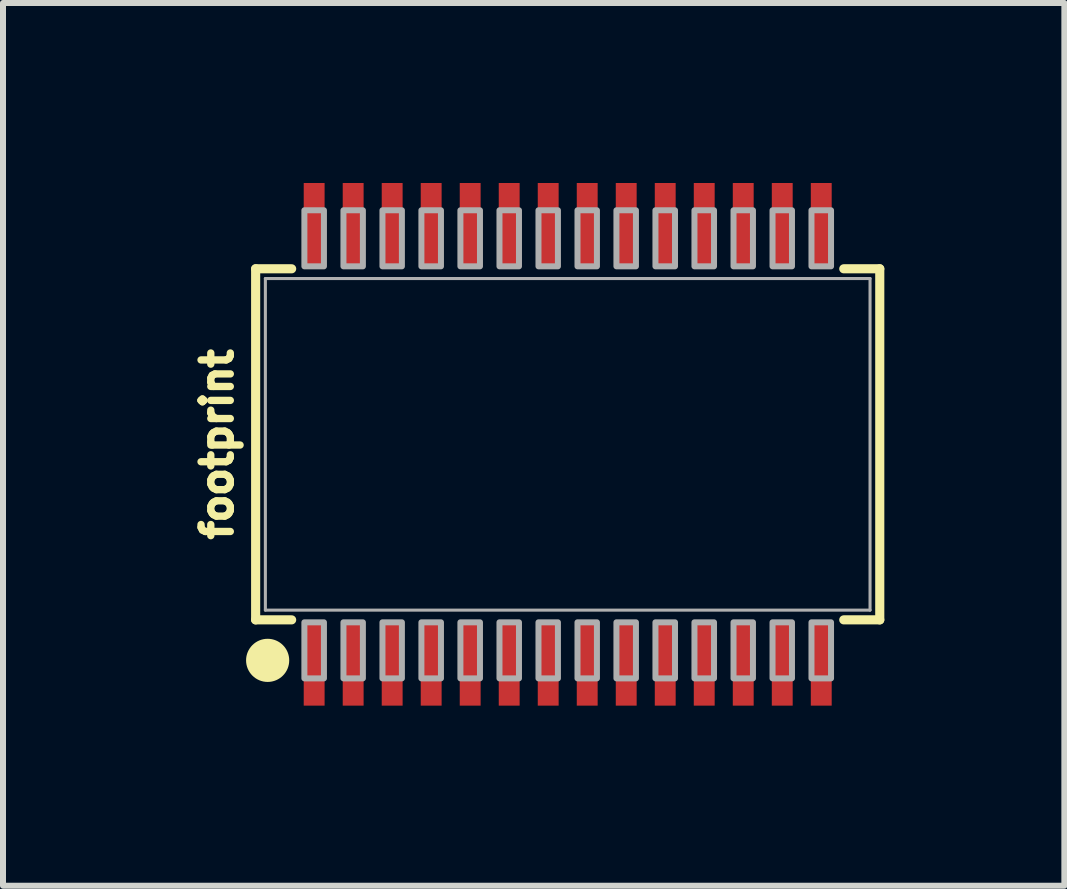
<source format=kicad_pcb>
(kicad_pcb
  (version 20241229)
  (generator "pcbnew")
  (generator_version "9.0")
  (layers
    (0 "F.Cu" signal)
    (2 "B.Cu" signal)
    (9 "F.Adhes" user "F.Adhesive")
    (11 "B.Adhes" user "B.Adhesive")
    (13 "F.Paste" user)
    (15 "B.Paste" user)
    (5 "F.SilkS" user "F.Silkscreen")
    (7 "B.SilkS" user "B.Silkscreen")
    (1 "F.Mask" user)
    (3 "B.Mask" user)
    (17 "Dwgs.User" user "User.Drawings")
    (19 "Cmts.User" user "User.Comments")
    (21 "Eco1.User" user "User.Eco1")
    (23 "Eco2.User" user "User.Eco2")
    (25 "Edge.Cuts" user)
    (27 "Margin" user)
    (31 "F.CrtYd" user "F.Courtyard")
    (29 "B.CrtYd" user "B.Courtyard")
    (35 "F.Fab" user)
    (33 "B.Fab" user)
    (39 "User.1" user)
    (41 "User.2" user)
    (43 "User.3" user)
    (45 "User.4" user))
  (footprint "footprint"
    (layer "F.Cu")
    (at 6.41 4.354)
    (property "Reference" "footprint" (at -5.556 0 90) (layer "F.SilkS") (effects (font (size 0.488 0.488) (thickness 0.122)) (justify bottom)))
    (fp_line (start -5.2 -2.925) (end -4.6 -2.925) (stroke (width 0.152) (type solid)) (layer "F.SilkS"))
    (fp_line (start -5.2 2.925) (end -5.2 -2.925) (stroke (width 0.152) (type solid)) (layer "F.SilkS"))
    (fp_line (start -5.2 2.925) (end -4.6 2.925) (stroke (width 0.152) (type solid)) (layer "F.SilkS"))
    (fp_line (start 5.2 -2.925) (end 4.6 -2.925) (stroke (width 0.152) (type solid)) (layer "F.SilkS"))
    (fp_line (start 5.2 -2.925) (end 5.2 2.925) (stroke (width 0.152) (type solid)) (layer "F.SilkS"))
    (fp_line (start 5.2 2.925) (end 4.6 2.925) (stroke (width 0.152) (type solid)) (layer "F.SilkS"))
    (fp_circle (center -5 3.6) (end -4.82 3.6) (stroke (width 0.359) (type solid)) (fill yes) (layer "F.SilkS"))
    (fp_line (start -5.038 -2.763) (end 5.038 -2.763) (stroke (width 0.051) (type solid)) (layer "F.Fab"))
    (fp_line (start -5.038 2.763) (end -5.038 -2.763) (stroke (width 0.051) (type solid)) (layer "F.Fab"))
    (fp_line (start 5.038 -2.763) (end 5.038 2.763) (stroke (width 0.051) (type solid)) (layer "F.Fab"))
    (fp_line (start 5.038 2.763) (end -5.038 2.763) (stroke (width 0.051) (type solid)) (layer "F.Fab"))
    (fp_poly (pts (xy -4.388 -2.966) (xy -4.062 -2.966) (xy -4.062 -3.9) (xy -4.388 -3.9)) (stroke (width 0.1) (type solid)) (fill no) (layer "F.Fab"))
    (fp_poly (pts (xy -4.388 3.9) (xy -4.062 3.9) (xy -4.062 2.966) (xy -4.388 2.966)) (stroke (width 0.1) (type solid)) (fill no) (layer "F.Fab"))
    (fp_poly (pts (xy -3.737 -2.966) (xy -3.413 -2.966) (xy -3.413 -3.9) (xy -3.737 -3.9)) (stroke (width 0.1) (type solid)) (fill no) (layer "F.Fab"))
    (fp_poly (pts (xy -3.737 3.9) (xy -3.413 3.9) (xy -3.413 2.966) (xy -3.737 2.966)) (stroke (width 0.1) (type solid)) (fill no) (layer "F.Fab"))
    (fp_poly (pts (xy -3.087 -2.966) (xy -2.763 -2.966) (xy -2.763 -3.9) (xy -3.087 -3.9)) (stroke (width 0.1) (type solid)) (fill no) (layer "F.Fab"))
    (fp_poly (pts (xy -3.087 3.9) (xy -2.763 3.9) (xy -2.763 2.966) (xy -3.087 2.966)) (stroke (width 0.1) (type solid)) (fill no) (layer "F.Fab"))
    (fp_poly (pts (xy -2.438 -2.966) (xy -2.112 -2.966) (xy -2.112 -3.9) (xy -2.438 -3.9)) (stroke (width 0.1) (type solid)) (fill no) (layer "F.Fab"))
    (fp_poly (pts (xy -2.438 3.9) (xy -2.112 3.9) (xy -2.112 2.966) (xy -2.438 2.966)) (stroke (width 0.1) (type solid)) (fill no) (layer "F.Fab"))
    (fp_poly (pts (xy -1.788 -2.966) (xy -1.462 -2.966) (xy -1.462 -3.9) (xy -1.788 -3.9)) (stroke (width 0.1) (type solid)) (fill no) (layer "F.Fab"))
    (fp_poly (pts (xy -1.788 3.9) (xy -1.462 3.9) (xy -1.462 2.966) (xy -1.788 2.966)) (stroke (width 0.1) (type solid)) (fill no) (layer "F.Fab"))
    (fp_poly (pts (xy -1.137 -2.966) (xy -0.812 -2.966) (xy -0.812 -3.9) (xy -1.137 -3.9)) (stroke (width 0.1) (type solid)) (fill no) (layer "F.Fab"))
    (fp_poly (pts (xy -1.137 3.9) (xy -0.812 3.9) (xy -0.812 2.966) (xy -1.137 2.966)) (stroke (width 0.1) (type solid)) (fill no) (layer "F.Fab"))
    (fp_poly (pts (xy -0.487 -2.966) (xy -0.163 -2.966) (xy -0.163 -3.9) (xy -0.487 -3.9)) (stroke (width 0.1) (type solid)) (fill no) (layer "F.Fab"))
    (fp_poly (pts (xy -0.487 3.9) (xy -0.163 3.9) (xy -0.163 2.966) (xy -0.487 2.966)) (stroke (width 0.1) (type solid)) (fill no) (layer "F.Fab"))
    (fp_poly (pts (xy 0.163 -2.966) (xy 0.487 -2.966) (xy 0.487 -3.9) (xy 0.163 -3.9)) (stroke (width 0.1) (type solid)) (fill no) (layer "F.Fab"))
    (fp_poly (pts (xy 0.163 3.9) (xy 0.487 3.9) (xy 0.487 2.966) (xy 0.163 2.966)) (stroke (width 0.1) (type solid)) (fill no) (layer "F.Fab"))
    (fp_poly (pts (xy 0.812 -2.966) (xy 1.137 -2.966) (xy 1.137 -3.9) (xy 0.812 -3.9)) (stroke (width 0.1) (type solid)) (fill no) (layer "F.Fab"))
    (fp_poly (pts (xy 0.812 3.9) (xy 1.137 3.9) (xy 1.137 2.966) (xy 0.812 2.966)) (stroke (width 0.1) (type solid)) (fill no) (layer "F.Fab"))
    (fp_poly (pts (xy 1.462 -2.966) (xy 1.788 -2.966) (xy 1.788 -3.9) (xy 1.462 -3.9)) (stroke (width 0.1) (type solid)) (fill no) (layer "F.Fab"))
    (fp_poly (pts (xy 1.462 3.9) (xy 1.788 3.9) (xy 1.788 2.966) (xy 1.462 2.966)) (stroke (width 0.1) (type solid)) (fill no) (layer "F.Fab"))
    (fp_poly (pts (xy 2.112 -2.966) (xy 2.438 -2.966) (xy 2.438 -3.9) (xy 2.112 -3.9)) (stroke (width 0.1) (type solid)) (fill no) (layer "F.Fab"))
    (fp_poly (pts (xy 2.112 3.9) (xy 2.438 3.9) (xy 2.438 2.966) (xy 2.112 2.966)) (stroke (width 0.1) (type solid)) (fill no) (layer "F.Fab"))
    (fp_poly (pts (xy 2.763 -2.966) (xy 3.087 -2.966) (xy 3.087 -3.9) (xy 2.763 -3.9)) (stroke (width 0.1) (type solid)) (fill no) (layer "F.Fab"))
    (fp_poly (pts (xy 2.763 3.9) (xy 3.087 3.9) (xy 3.087 2.966) (xy 2.763 2.966)) (stroke (width 0.1) (type solid)) (fill no) (layer "F.Fab"))
    (fp_poly (pts (xy 3.413 -2.966) (xy 3.737 -2.966) (xy 3.737 -3.9) (xy 3.413 -3.9)) (stroke (width 0.1) (type solid)) (fill no) (layer "F.Fab"))
    (fp_poly (pts (xy 3.413 3.9) (xy 3.737 3.9) (xy 3.737 2.966) (xy 3.413 2.966)) (stroke (width 0.1) (type solid)) (fill no) (layer "F.Fab"))
    (fp_poly (pts (xy 4.062 -2.966) (xy 4.388 -2.966) (xy 4.388 -3.9) (xy 4.062 -3.9)) (stroke (width 0.1) (type solid)) (fill no) (layer "F.Fab"))
    (fp_poly (pts (xy 4.062 3.9) (xy 4.388 3.9) (xy 4.388 2.966) (xy 4.062 2.966)) (stroke (width 0.1) (type solid)) (fill no) (layer "F.Fab"))
    (pad "1" smd rect (at -4.225 3.656) (size 0.348 1.397) (layers "F.Cu" "F.Mask" "F.Paste"))
    (pad "2" smd rect (at -3.575 3.656) (size 0.348 1.397) (layers "F.Cu" "F.Mask" "F.Paste"))
    (pad "3" smd rect (at -2.925 3.656) (size 0.348 1.397) (layers "F.Cu" "F.Mask" "F.Paste"))
    (pad "4" smd rect (at -2.275 3.656) (size 0.348 1.397) (layers "F.Cu" "F.Mask" "F.Paste"))
    (pad "5" smd rect (at -1.625 3.656) (size 0.348 1.397) (layers "F.Cu" "F.Mask" "F.Paste"))
    (pad "6" smd rect (at -0.975 3.656) (size 0.348 1.397) (layers "F.Cu" "F.Mask" "F.Paste"))
    (pad "7" smd rect (at -0.325 3.656) (size 0.348 1.397) (layers "F.Cu" "F.Mask" "F.Paste"))
    (pad "8" smd rect (at 0.325 3.656) (size 0.348 1.397) (layers "F.Cu" "F.Mask" "F.Paste"))
    (pad "9" smd rect (at 0.975 3.656) (size 0.348 1.397) (layers "F.Cu" "F.Mask" "F.Paste"))
    (pad "10" smd rect (at 1.625 3.656) (size 0.348 1.397) (layers "F.Cu" "F.Mask" "F.Paste"))
    (pad "11" smd rect (at 2.275 3.656) (size 0.348 1.397) (layers "F.Cu" "F.Mask" "F.Paste"))
    (pad "12" smd rect (at 2.925 3.656) (size 0.348 1.397) (layers "F.Cu" "F.Mask" "F.Paste"))
    (pad "13" smd rect (at 3.575 3.656) (size 0.348 1.397) (layers "F.Cu" "F.Mask" "F.Paste"))
    (pad "14" smd rect (at 4.225 3.656) (size 0.348 1.397) (layers "F.Cu" "F.Mask" "F.Paste"))
    (pad "15" smd rect (at 4.225 -3.656) (size 0.348 1.397) (layers "F.Cu" "F.Mask" "F.Paste"))
    (pad "16" smd rect (at 3.575 -3.656) (size 0.348 1.397) (layers "F.Cu" "F.Mask" "F.Paste"))
    (pad "17" smd rect (at 2.925 -3.656) (size 0.348 1.397) (layers "F.Cu" "F.Mask" "F.Paste"))
    (pad "18" smd rect (at 2.275 -3.656) (size 0.348 1.397) (layers "F.Cu" "F.Mask" "F.Paste"))
    (pad "19" smd rect (at 1.625 -3.656) (size 0.348 1.397) (layers "F.Cu" "F.Mask" "F.Paste"))
    (pad "20" smd rect (at 0.975 -3.656) (size 0.348 1.397) (layers "F.Cu" "F.Mask" "F.Paste"))
    (pad "21" smd rect (at 0.325 -3.656) (size 0.348 1.397) (layers "F.Cu" "F.Mask" "F.Paste"))
    (pad "22" smd rect (at -0.325 -3.656) (size 0.348 1.397) (layers "F.Cu" "F.Mask" "F.Paste"))
    (pad "23" smd rect (at -0.975 -3.656) (size 0.348 1.397) (layers "F.Cu" "F.Mask" "F.Paste"))
    (pad "24" smd rect (at -1.625 -3.656) (size 0.348 1.397) (layers "F.Cu" "F.Mask" "F.Paste"))
    (pad "25" smd rect (at -2.275 -3.656) (size 0.348 1.397) (layers "F.Cu" "F.Mask" "F.Paste"))
    (pad "26" smd rect (at -2.925 -3.656) (size 0.348 1.397) (layers "F.Cu" "F.Mask" "F.Paste"))
    (pad "27" smd rect (at -3.575 -3.656) (size 0.348 1.397) (layers "F.Cu" "F.Mask" "F.Paste"))
    (pad "28" smd rect (at -4.225 -3.656) (size 0.348 1.397) (layers "F.Cu" "F.Mask" "F.Paste")))
  (gr_rect
    (start -3 -3)
    (end 14.686 11.709)
    (stroke (width 0.1) (type default))
    (fill no)
    (layer "Edge.Cuts")))
</source>
